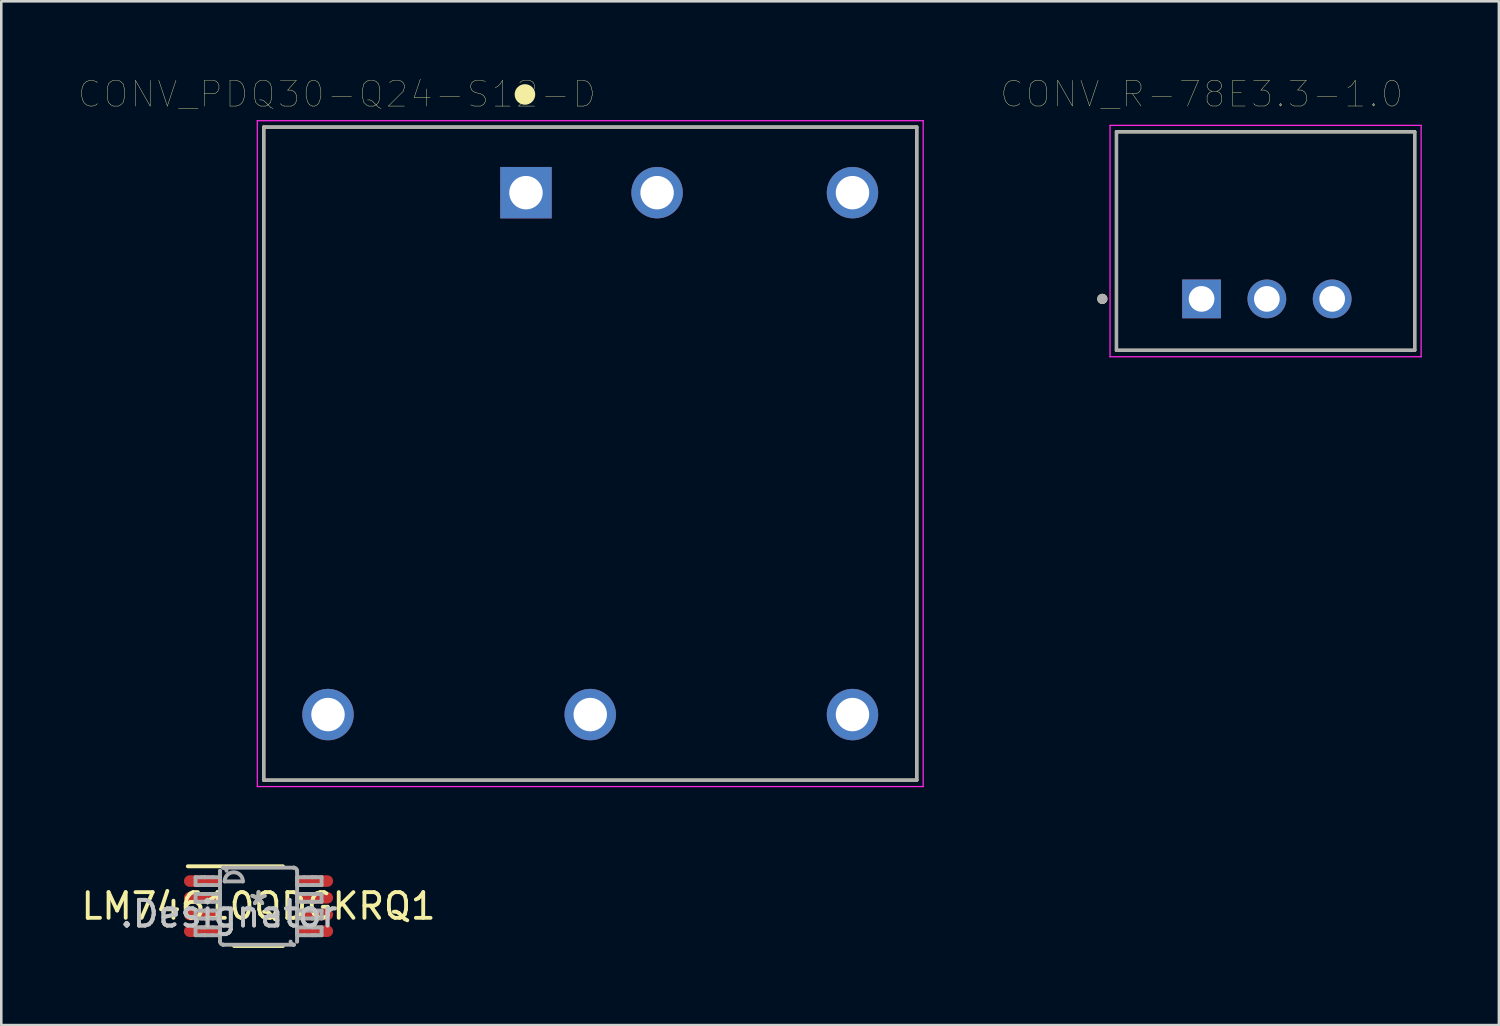
<source format=kicad_pcb>
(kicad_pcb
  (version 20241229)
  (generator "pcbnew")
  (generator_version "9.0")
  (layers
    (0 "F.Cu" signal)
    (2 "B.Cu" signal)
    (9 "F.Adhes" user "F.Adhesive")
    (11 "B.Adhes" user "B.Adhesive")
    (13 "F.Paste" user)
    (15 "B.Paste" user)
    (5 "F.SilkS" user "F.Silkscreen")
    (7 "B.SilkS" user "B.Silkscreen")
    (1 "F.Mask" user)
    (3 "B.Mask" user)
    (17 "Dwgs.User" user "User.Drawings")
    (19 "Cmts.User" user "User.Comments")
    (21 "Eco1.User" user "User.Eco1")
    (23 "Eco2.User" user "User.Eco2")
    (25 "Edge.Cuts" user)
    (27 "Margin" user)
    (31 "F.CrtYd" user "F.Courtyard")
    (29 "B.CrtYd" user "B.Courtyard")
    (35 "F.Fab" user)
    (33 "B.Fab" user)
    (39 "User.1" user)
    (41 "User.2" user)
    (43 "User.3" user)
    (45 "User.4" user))
  (footprint "LM74610QDGKRQ1"
    (layer "F.Cu")
    (at 7.006 32.195)
    (property "Reference" "LM74610QDGKRQ1" (at 0 0 0) (layer "F.SilkS") (effects (font (size 1 1) (thickness 0.15))))
    (attr through_hole)
    (fp_line (start -2.75 -1.55) (end 0.95 -1.55) (stroke (width 0.152) (type solid)) (layer "F.SilkS"))
    (fp_line (start -0.95 1.55) (end 0.95 1.55) (stroke (width 0.152) (type solid)) (layer "F.SilkS"))
    (fp_line (start -2.45 -1.125) (end -2.21 -1.125) (stroke (width 0.152) (type solid)) (layer "F.Fab"))
    (fp_line (start -2.45 -0.82) (end -2.45 -1.125) (stroke (width 0.152) (type solid)) (layer "F.Fab"))
    (fp_line (start -2.45 -0.82) (end -2.21 -0.82) (stroke (width 0.152) (type solid)) (layer "F.Fab"))
    (fp_line (start -2.45 -0.475) (end -2.21 -0.475) (stroke (width 0.152) (type solid)) (layer "F.Fab"))
    (fp_line (start -2.45 -0.17) (end -2.45 -0.475) (stroke (width 0.152) (type solid)) (layer "F.Fab"))
    (fp_line (start -2.45 -0.17) (end -2.21 -0.17) (stroke (width 0.152) (type solid)) (layer "F.Fab"))
    (fp_line (start -2.45 0.175) (end -2.21 0.175) (stroke (width 0.152) (type solid)) (layer "F.Fab"))
    (fp_line (start -2.45 0.48) (end -2.45 0.175) (stroke (width 0.152) (type solid)) (layer "F.Fab"))
    (fp_line (start -2.45 0.48) (end -2.21 0.48) (stroke (width 0.152) (type solid)) (layer "F.Fab"))
    (fp_line (start -2.45 0.826) (end -2.21 0.826) (stroke (width 0.152) (type solid)) (layer "F.Fab"))
    (fp_line (start -2.45 1.131) (end -2.45 0.826) (stroke (width 0.152) (type solid)) (layer "F.Fab"))
    (fp_line (start -2.45 1.131) (end -2.21 1.131) (stroke (width 0.152) (type solid)) (layer "F.Fab"))
    (fp_line (start -2.21 -1.125) (end -2.091 -1.125) (stroke (width 0.152) (type solid)) (layer "F.Fab"))
    (fp_line (start -2.21 -0.82) (end -2.091 -0.82) (stroke (width 0.152) (type solid)) (layer "F.Fab"))
    (fp_line (start -2.21 -0.475) (end -2.091 -0.475) (stroke (width 0.152) (type solid)) (layer "F.Fab"))
    (fp_line (start -2.21 -0.17) (end -2.091 -0.17) (stroke (width 0.152) (type solid)) (layer "F.Fab"))
    (fp_line (start -2.21 0.175) (end -2.091 0.175) (stroke (width 0.152) (type solid)) (layer "F.Fab"))
    (fp_line (start -2.21 0.48) (end -2.091 0.48) (stroke (width 0.152) (type solid)) (layer "F.Fab"))
    (fp_line (start -2.21 0.826) (end -2.091 0.826) (stroke (width 0.152) (type solid)) (layer "F.Fab"))
    (fp_line (start -2.21 1.131) (end -2.091 1.131) (stroke (width 0.152) (type solid)) (layer "F.Fab"))
    (fp_line (start -2.091 -1.125) (end -2.087 -1.125) (stroke (width 0.152) (type solid)) (layer "F.Fab"))
    (fp_line (start -2.091 -0.82) (end -2.087 -0.82) (stroke (width 0.152) (type solid)) (layer "F.Fab"))
    (fp_line (start -2.091 -0.475) (end -2.087 -0.475) (stroke (width 0.152) (type solid)) (layer "F.Fab"))
    (fp_line (start -2.091 -0.17) (end -2.087 -0.17) (stroke (width 0.152) (type solid)) (layer "F.Fab"))
    (fp_line (start -2.091 0.175) (end -2.087 0.175) (stroke (width 0.152) (type solid)) (layer "F.Fab"))
    (fp_line (start -2.091 0.48) (end -2.087 0.48) (stroke (width 0.152) (type solid)) (layer "F.Fab"))
    (fp_line (start -2.091 0.826) (end -2.087 0.826) (stroke (width 0.152) (type solid)) (layer "F.Fab"))
    (fp_line (start -2.091 1.131) (end -2.087 1.131) (stroke (width 0.152) (type solid)) (layer "F.Fab"))
    (fp_line (start -2.087 -1.125) (end -1.784 -1.125) (stroke (width 0.152) (type solid)) (layer "F.Fab"))
    (fp_line (start -2.087 -0.82) (end -1.784 -0.82) (stroke (width 0.152) (type solid)) (layer "F.Fab"))
    (fp_line (start -2.087 -0.475) (end -1.784 -0.475) (stroke (width 0.152) (type solid)) (layer "F.Fab"))
    (fp_line (start -2.087 -0.17) (end -1.784 -0.17) (stroke (width 0.152) (type solid)) (layer "F.Fab"))
    (fp_line (start -2.087 0.175) (end -1.784 0.175) (stroke (width 0.152) (type solid)) (layer "F.Fab"))
    (fp_line (start -2.087 0.48) (end -1.784 0.48) (stroke (width 0.152) (type solid)) (layer "F.Fab"))
    (fp_line (start -2.087 0.826) (end -1.784 0.826) (stroke (width 0.152) (type solid)) (layer "F.Fab"))
    (fp_line (start -2.087 1.131) (end -1.784 1.131) (stroke (width 0.152) (type solid)) (layer "F.Fab"))
    (fp_line (start -1.784 -1.125) (end -1.498 -1.125) (stroke (width 0.152) (type solid)) (layer "F.Fab"))
    (fp_line (start -1.784 -0.82) (end -1.498 -0.82) (stroke (width 0.152) (type solid)) (layer "F.Fab"))
    (fp_line (start -1.784 -0.475) (end -1.498 -0.475) (stroke (width 0.152) (type solid)) (layer "F.Fab"))
    (fp_line (start -1.784 -0.17) (end -1.498 -0.17) (stroke (width 0.152) (type solid)) (layer "F.Fab"))
    (fp_line (start -1.784 0.175) (end -1.498 0.175) (stroke (width 0.152) (type solid)) (layer "F.Fab"))
    (fp_line (start -1.784 0.48) (end -1.498 0.48) (stroke (width 0.152) (type solid)) (layer "F.Fab"))
    (fp_line (start -1.784 0.826) (end -1.498 0.826) (stroke (width 0.152) (type solid)) (layer "F.Fab"))
    (fp_line (start -1.784 1.131) (end -1.498 1.131) (stroke (width 0.152) (type solid)) (layer "F.Fab"))
    (fp_line (start -1.498 -1.369) (end -1.497 -1.372) (stroke (width 0.152) (type solid)) (layer "F.Fab"))
    (fp_line (start -1.498 -0.82) (end -1.498 -1.125) (stroke (width 0.152) (type solid)) (layer "F.Fab"))
    (fp_line (start -1.498 -0.17) (end -1.498 -0.475) (stroke (width 0.152) (type solid)) (layer "F.Fab"))
    (fp_line (start -1.498 0.48) (end -1.498 0.175) (stroke (width 0.152) (type solid)) (layer "F.Fab"))
    (fp_line (start -1.498 1.131) (end -1.498 0.826) (stroke (width 0.152) (type solid)) (layer "F.Fab"))
    (fp_line (start -1.498 1.374) (end -1.498 -1.369) (stroke (width 0.152) (type solid)) (layer "F.Fab"))
    (fp_line (start -1.498 1.374) (end -1.497 1.377) (stroke (width 0.152) (type solid)) (layer "F.Fab"))
    (fp_line (start -1.373 -1.496) (end -1.371 -1.496) (stroke (width 0.152) (type solid)) (layer "F.Fab"))
    (fp_line (start -1.373 1.501) (end -1.371 1.501) (stroke (width 0.152) (type solid)) (layer "F.Fab"))
    (fp_line (start -1.371 -1.496) (end 1.373 -1.496) (stroke (width 0.152) (type solid)) (layer "F.Fab"))
    (fp_line (start -1.371 1.501) (end 1.373 1.501) (stroke (width 0.152) (type solid)) (layer "F.Fab"))
    (fp_line (start -1.32 -0.962) (end -0.609 -0.962) (stroke (width 0.152) (type solid)) (layer "F.Fab"))
    (fp_line (start 1.373 -1.496) (end 1.375 -1.496) (stroke (width 0.152) (type solid)) (layer "F.Fab"))
    (fp_line (start 1.373 1.501) (end 1.375 1.501) (stroke (width 0.152) (type solid)) (layer "F.Fab"))
    (fp_line (start 1.5 -1.372) (end 1.5 -1.369) (stroke (width 0.152) (type solid)) (layer "F.Fab"))
    (fp_line (start 1.5 1.377) (end 1.5 1.374) (stroke (width 0.152) (type solid)) (layer "F.Fab"))
    (fp_line (start 1.5 -1.125) (end 1.786 -1.125) (stroke (width 0.152) (type solid)) (layer "F.Fab"))
    (fp_line (start 1.5 -0.82) (end 1.5 -1.125) (stroke (width 0.152) (type solid)) (layer "F.Fab"))
    (fp_line (start 1.5 -0.82) (end 1.786 -0.82) (stroke (width 0.152) (type solid)) (layer "F.Fab"))
    (fp_line (start 1.5 -0.475) (end 1.786 -0.475) (stroke (width 0.152) (type solid)) (layer "F.Fab"))
    (fp_line (start 1.5 -0.17) (end 1.5 -0.475) (stroke (width 0.152) (type solid)) (layer "F.Fab"))
    (fp_line (start 1.5 -0.17) (end 1.786 -0.17) (stroke (width 0.152) (type solid)) (layer "F.Fab"))
    (fp_line (start 1.5 0.175) (end 1.786 0.175) (stroke (width 0.152) (type solid)) (layer "F.Fab"))
    (fp_line (start 1.5 0.48) (end 1.5 0.175) (stroke (width 0.152) (type solid)) (layer "F.Fab"))
    (fp_line (start 1.5 0.48) (end 1.786 0.48) (stroke (width 0.152) (type solid)) (layer "F.Fab"))
    (fp_line (start 1.5 0.826) (end 1.786 0.826) (stroke (width 0.152) (type solid)) (layer "F.Fab"))
    (fp_line (start 1.5 1.131) (end 1.5 0.826) (stroke (width 0.152) (type solid)) (layer "F.Fab"))
    (fp_line (start 1.5 1.131) (end 1.786 1.131) (stroke (width 0.152) (type solid)) (layer "F.Fab"))
    (fp_line (start 1.5 1.374) (end 1.5 -1.369) (stroke (width 0.152) (type solid)) (layer "F.Fab"))
    (fp_line (start 1.786 -1.125) (end 2.089 -1.125) (stroke (width 0.152) (type solid)) (layer "F.Fab"))
    (fp_line (start 1.786 -0.82) (end 2.089 -0.82) (stroke (width 0.152) (type solid)) (layer "F.Fab"))
    (fp_line (start 1.786 -0.475) (end 2.089 -0.475) (stroke (width 0.152) (type solid)) (layer "F.Fab"))
    (fp_line (start 1.786 -0.17) (end 2.089 -0.17) (stroke (width 0.152) (type solid)) (layer "F.Fab"))
    (fp_line (start 1.786 0.175) (end 2.089 0.175) (stroke (width 0.152) (type solid)) (layer "F.Fab"))
    (fp_line (start 1.786 0.48) (end 2.089 0.48) (stroke (width 0.152) (type solid)) (layer "F.Fab"))
    (fp_line (start 1.786 0.826) (end 2.089 0.826) (stroke (width 0.152) (type solid)) (layer "F.Fab"))
    (fp_line (start 1.786 1.131) (end 2.089 1.131) (stroke (width 0.152) (type solid)) (layer "F.Fab"))
    (fp_line (start 2.089 -1.125) (end 2.093 -1.125) (stroke (width 0.152) (type solid)) (layer "F.Fab"))
    (fp_line (start 2.089 -0.82) (end 2.093 -0.82) (stroke (width 0.152) (type solid)) (layer "F.Fab"))
    (fp_line (start 2.089 -0.475) (end 2.093 -0.475) (stroke (width 0.152) (type solid)) (layer "F.Fab"))
    (fp_line (start 2.089 -0.17) (end 2.093 -0.17) (stroke (width 0.152) (type solid)) (layer "F.Fab"))
    (fp_line (start 2.089 0.175) (end 2.093 0.175) (stroke (width 0.152) (type solid)) (layer "F.Fab"))
    (fp_line (start 2.089 0.48) (end 2.093 0.48) (stroke (width 0.152) (type solid)) (layer "F.Fab"))
    (fp_line (start 2.089 0.826) (end 2.093 0.826) (stroke (width 0.152) (type solid)) (layer "F.Fab"))
    (fp_line (start 2.089 1.131) (end 2.093 1.131) (stroke (width 0.152) (type solid)) (layer "F.Fab"))
    (fp_line (start 2.093 -1.125) (end 2.213 -1.125) (stroke (width 0.152) (type solid)) (layer "F.Fab"))
    (fp_line (start 2.093 -0.82) (end 2.213 -0.82) (stroke (width 0.152) (type solid)) (layer "F.Fab"))
    (fp_line (start 2.093 -0.475) (end 2.213 -0.475) (stroke (width 0.152) (type solid)) (layer "F.Fab"))
    (fp_line (start 2.093 -0.17) (end 2.213 -0.17) (stroke (width 0.152) (type solid)) (layer "F.Fab"))
    (fp_line (start 2.093 0.175) (end 2.213 0.175) (stroke (width 0.152) (type solid)) (layer "F.Fab"))
    (fp_line (start 2.093 0.48) (end 2.213 0.48) (stroke (width 0.152) (type solid)) (layer "F.Fab"))
    (fp_line (start 2.093 0.826) (end 2.213 0.826) (stroke (width 0.152) (type solid)) (layer "F.Fab"))
    (fp_line (start 2.093 1.131) (end 2.213 1.131) (stroke (width 0.152) (type solid)) (layer "F.Fab"))
    (fp_line (start 2.213 -1.125) (end 2.452 -1.125) (stroke (width 0.152) (type solid)) (layer "F.Fab"))
    (fp_line (start 2.213 -0.82) (end 2.452 -0.82) (stroke (width 0.152) (type solid)) (layer "F.Fab"))
    (fp_line (start 2.213 -0.475) (end 2.452 -0.475) (stroke (width 0.152) (type solid)) (layer "F.Fab"))
    (fp_line (start 2.213 -0.17) (end 2.452 -0.17) (stroke (width 0.152) (type solid)) (layer "F.Fab"))
    (fp_line (start 2.213 0.175) (end 2.452 0.175) (stroke (width 0.152) (type solid)) (layer "F.Fab"))
    (fp_line (start 2.213 0.48) (end 2.452 0.48) (stroke (width 0.152) (type solid)) (layer "F.Fab"))
    (fp_line (start 2.213 0.826) (end 2.452 0.826) (stroke (width 0.152) (type solid)) (layer "F.Fab"))
    (fp_line (start 2.213 1.131) (end 2.452 1.131) (stroke (width 0.152) (type solid)) (layer "F.Fab"))
    (fp_line (start 2.452 -0.82) (end 2.452 -1.125) (stroke (width 0.152) (type solid)) (layer "F.Fab"))
    (fp_line (start 2.452 -0.17) (end 2.452 -0.475) (stroke (width 0.152) (type solid)) (layer "F.Fab"))
    (fp_line (start 2.452 0.48) (end 2.452 0.175) (stroke (width 0.152) (type solid)) (layer "F.Fab"))
    (fp_line (start 2.452 1.131) (end 2.452 0.826) (stroke (width 0.152) (type solid)) (layer "F.Fab"))
    (fp_arc (start -1.370498 -1.495844) (mid -1.282652 -1.460565) (end -1.243609 -1.374326) (stroke (width 0.1524) (type solid)) (layer "F.Fab"))
    (fp_arc (start -1.370498 1.501366) (mid -1.458344 1.466087) (end -1.497387 1.379848) (stroke (width 0.1524) (type solid)) (layer "F.Fab"))
    (fp_arc (start -1.3197 -0.962439) (mid -0.9641 -1.318039) (end -0.6085 -0.962439) (stroke (width 0.1524) (type solid)) (layer "F.Fab"))
    (fp_arc (start 1.372697 -1.495844) (mid 1.460543 -1.460565) (end 1.499586 -1.374326) (stroke (width 0.1524) (type solid)) (layer "F.Fab"))
    (fp_arc (start 1.372697 1.501366) (mid 1.284851 1.466087) (end 1.245808 1.379848) (stroke (width 0.1524) (type solid)) (layer "F.Fab"))
    (fp_text user "*" (at 0 0 0) (layer "F.SilkS") (effects (font (size 1 1) (thickness 0.15))))
    (fp_text user ".Designator" (at -1.15 0.3 0) (layer "Dwgs.User") (effects (font (size 1 1) (thickness 0.15))))
    (fp_text user "Copyright 2016 Accelerated Designs. All rights reserved." (at 0 0 0) (layer "Cmts.User") (effects (font (size 0.127 0.127) (thickness 0.002))))
    (fp_text user ".Designator" (at -1.15 0.3 0) (layer "F.Fab") (effects (font (size 1 1) (thickness 0.15))))
    (fp_text user "*" (at 0 0 0) (layer "F.Fab") (effects (font (size 1 1) (thickness 0.15))))
    (pad "1" smd oval (at -2.225 -0.975 90) (size 0.45 1.35) (layers "F.Cu" "F.Mask" "F.Paste"))
    (pad "2" smd oval (at -2.225 -0.325 90) (size 0.45 1.35) (layers "F.Cu" "F.Mask" "F.Paste"))
    (pad "3" smd oval (at -2.225 0.325 90) (size 0.45 1.35) (layers "F.Cu" "F.Mask" "F.Paste"))
    (pad "4" smd oval (at -2.225 0.975 90) (size 0.45 1.35) (layers "F.Cu" "F.Mask" "F.Paste"))
    (pad "5" smd oval (at 2.225 0.975 90) (size 0.45 1.35) (layers "F.Cu" "F.Mask" "F.Paste"))
    (pad "6" smd oval (at 2.225 0.325 90) (size 0.45 1.35) (layers "F.Cu" "F.Mask" "F.Paste"))
    (pad "7" smd oval (at 2.225 -0.325 90) (size 0.45 1.35) (layers "F.Cu" "F.Mask" "F.Paste"))
    (pad "8" smd oval (at 2.225 -0.975 90) (size 0.45 1.35) (layers "F.Cu" "F.Mask" "F.Paste")))
  (footprint "CONV_R-78E3.3-1.0"
    (layer "F.Cu")
    (at 46.226 6.326)
    (property "Reference" "CONV_R-78E3.3-1.0" (at -2.54 -5.715 0) (layer "F.SilkS") (effects (font (size 1 1) (thickness 0.015))))
    (attr through_hole)
    (fp_line (start -5.85 -4.25) (end -5.85 4.25) (stroke (width 0.127) (type solid)) (layer "F.SilkS"))
    (fp_line (start -5.85 4.25) (end 5.75 4.25) (stroke (width 0.127) (type solid)) (layer "F.SilkS"))
    (fp_line (start 5.75 -4.25) (end -5.85 -4.25) (stroke (width 0.127) (type solid)) (layer "F.SilkS"))
    (fp_line (start 5.75 4.25) (end 5.75 -4.25) (stroke (width 0.127) (type solid)) (layer "F.SilkS"))
    (fp_circle (center -6.4 2.25) (end -6.3 2.25) (stroke (width 0.2) (type solid)) (fill no) (layer "F.SilkS"))
    (fp_line (start -6.1 -4.5) (end -6.1 4.5) (stroke (width 0.05) (type solid)) (layer "F.CrtYd"))
    (fp_line (start -6.1 4.5) (end 6 4.5) (stroke (width 0.05) (type solid)) (layer "F.CrtYd"))
    (fp_line (start 6 -4.5) (end -6.1 -4.5) (stroke (width 0.05) (type solid)) (layer "F.CrtYd"))
    (fp_line (start 6 4.5) (end 6 -4.5) (stroke (width 0.05) (type solid)) (layer "F.CrtYd"))
    (fp_line (start -5.85 -4.25) (end -5.85 4.25) (stroke (width 0.127) (type solid)) (layer "F.Fab"))
    (fp_line (start -5.85 4.25) (end 5.75 4.25) (stroke (width 0.127) (type solid)) (layer "F.Fab"))
    (fp_line (start 5.75 -4.25) (end -5.85 -4.25) (stroke (width 0.127) (type solid)) (layer "F.Fab"))
    (fp_line (start 5.75 4.25) (end 5.75 -4.25) (stroke (width 0.127) (type solid)) (layer "F.Fab"))
    (fp_circle (center -6.4 2.25) (end -6.3 2.25) (stroke (width 0.2) (type solid)) (fill no) (layer "F.Fab"))
    (pad "1" thru_hole rect (at -2.54 2.25) (size 1.508 1.508) (drill 1) (layers "*.Cu" "*.Mask"))
    (pad "2" thru_hole circle (at 0 2.25) (size 1.508 1.508) (drill 1) (layers "*.Cu" "*.Mask"))
    (pad "3" thru_hole circle (at 2.54 2.25) (size 1.508 1.508) (drill 1) (layers "*.Cu" "*.Mask")))
  (footprint "CONV_PDQ30-Q24-S12-D"
    (layer "F.Cu")
    (at 19.908 14.594)
    (property "Reference" "CONV_PDQ30-Q24-S12-D" (at -9.857 -13.981 0) (layer "F.SilkS") (effects (font (size 1.003 1.003) (thickness 0.015))))
    (attr through_hole)
    (fp_line (start -12.7 -12.7) (end 12.7 -12.7) (stroke (width 0.127) (type solid)) (layer "F.SilkS"))
    (fp_line (start -12.7 12.7) (end -12.7 -12.7) (stroke (width 0.127) (type solid)) (layer "F.SilkS"))
    (fp_line (start 12.7 -12.7) (end 12.7 12.7) (stroke (width 0.127) (type solid)) (layer "F.SilkS"))
    (fp_line (start 12.7 12.7) (end -12.7 12.7) (stroke (width 0.127) (type solid)) (layer "F.SilkS"))
    (fp_circle (center -2.54 -13.97) (end -2.34 -13.97) (stroke (width 0.4) (type solid)) (fill no) (layer "F.SilkS"))
    (fp_line (start -12.95 -12.95) (end 12.95 -12.95) (stroke (width 0.05) (type solid)) (layer "F.CrtYd"))
    (fp_line (start -12.95 12.95) (end -12.95 -12.95) (stroke (width 0.05) (type solid)) (layer "F.CrtYd"))
    (fp_line (start 12.95 -12.95) (end 12.95 12.95) (stroke (width 0.05) (type solid)) (layer "F.CrtYd"))
    (fp_line (start 12.95 12.95) (end -12.95 12.95) (stroke (width 0.05) (type solid)) (layer "F.CrtYd"))
    (fp_line (start -12.7 -12.7) (end 12.7 -12.7) (stroke (width 0.127) (type solid)) (layer "F.Fab"))
    (fp_line (start -12.7 12.7) (end -12.7 -12.7) (stroke (width 0.127) (type solid)) (layer "F.Fab"))
    (fp_line (start 12.7 -12.7) (end 12.7 12.7) (stroke (width 0.127) (type solid)) (layer "F.Fab"))
    (fp_line (start 12.7 12.7) (end -12.7 12.7) (stroke (width 0.127) (type solid)) (layer "F.Fab"))
    (fp_circle (center -2.54 -10.16) (end -2.34 -10.16) (stroke (width 0.4) (type solid)) (fill no) (layer "F.Fab"))
    (pad "1" thru_hole rect (at -2.5 -10.15) (size 2 2) (drill 1.3) (layers "*.Cu" "*.Mask"))
    (pad "2" thru_hole circle (at 2.6 -10.15) (size 2 2) (drill 1.3) (layers "*.Cu" "*.Mask"))
    (pad "3" thru_hole circle (at -10.2 10.15) (size 2 2) (drill 1.3) (layers "*.Cu" "*.Mask"))
    (pad "4" thru_hole circle (at 0 10.15) (size 2 2) (drill 1.3) (layers "*.Cu" "*.Mask"))
    (pad "5" thru_hole circle (at 10.2 10.15) (size 2 2) (drill 1.3) (layers "*.Cu" "*.Mask"))
    (pad "6" thru_hole circle (at 10.2 -10.15) (size 2 2) (drill 1.3) (layers "*.Cu" "*.Mask")))
  (gr_rect
    (start -3 -3)
    (end 55.251 36.821)
    (stroke (width 0.1) (type default))
    (fill no)
    (layer "Edge.Cuts")))
</source>
